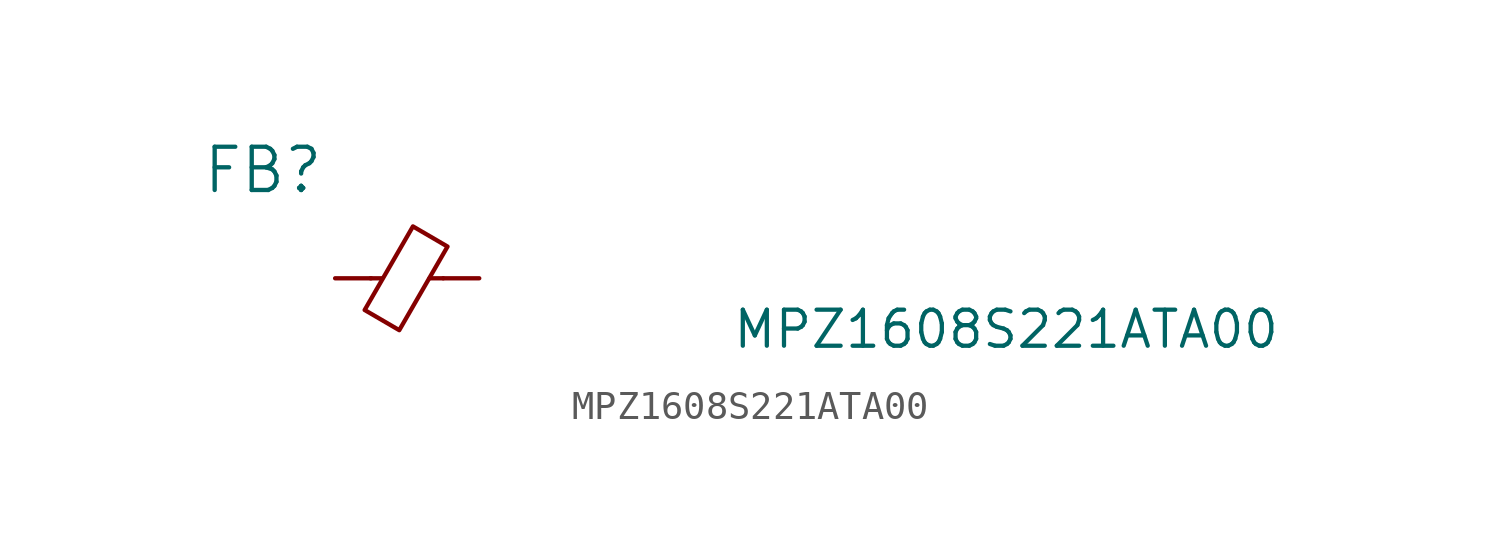
<source format=kicad_sym>
(kicad_symbol_lib
  (version 20211014)
  (generator kicad_symbol_editor)
  (symbol "MPZ1608S221ATA00"
    (pin_numbers hide)
    (pin_names hide)
    (property "Reference" "FB"
      (at -2.54 3.81 0)
      (effects (font (size 1.524 1.524))))
    (property "Value" "MPZ1608S221ATA00"
      (at 13.97 -2.54 0)
      (effects (font (size 1.27 1.27) (thickness 0.15)) (justify left bottom)))
    (symbol "MPZ1608S221ATA00_0_1"
      (polyline (pts (xy 1.651 0) (xy 1.245 0)) (stroke (width 0) (type default) (color 0 0 0 0)) (fill (type none)))
      (polyline (pts (xy 3.81 0) (xy 3.327 0)) (stroke (width 0) (type default) (color 0 0 0 0)) (fill (type none)))
      (polyline (pts (xy 2.261 -1.829) (xy 1.041 -1.118) (xy 2.743 1.829) (xy 3.962 1.118) (xy 2.261 -1.829)) (stroke (width 0) (type default) (color 0 0 0 0)) (fill (type none))))
    (symbol "MPZ1608S221ATA00_1_1"
      (pin passive line (at 0 0 0) (length 1.27) (name "~" (effects (font (size 1.27 1.27)))) (number "1" (effects (font (size 1.27 1.27)))))
      (pin passive line (at 5.08 0 180) (length 1.27) (name "~" (effects (font (size 1.27 1.27)))) (number "2" (effects (font (size 1.27 1.27))))))))
</source>
